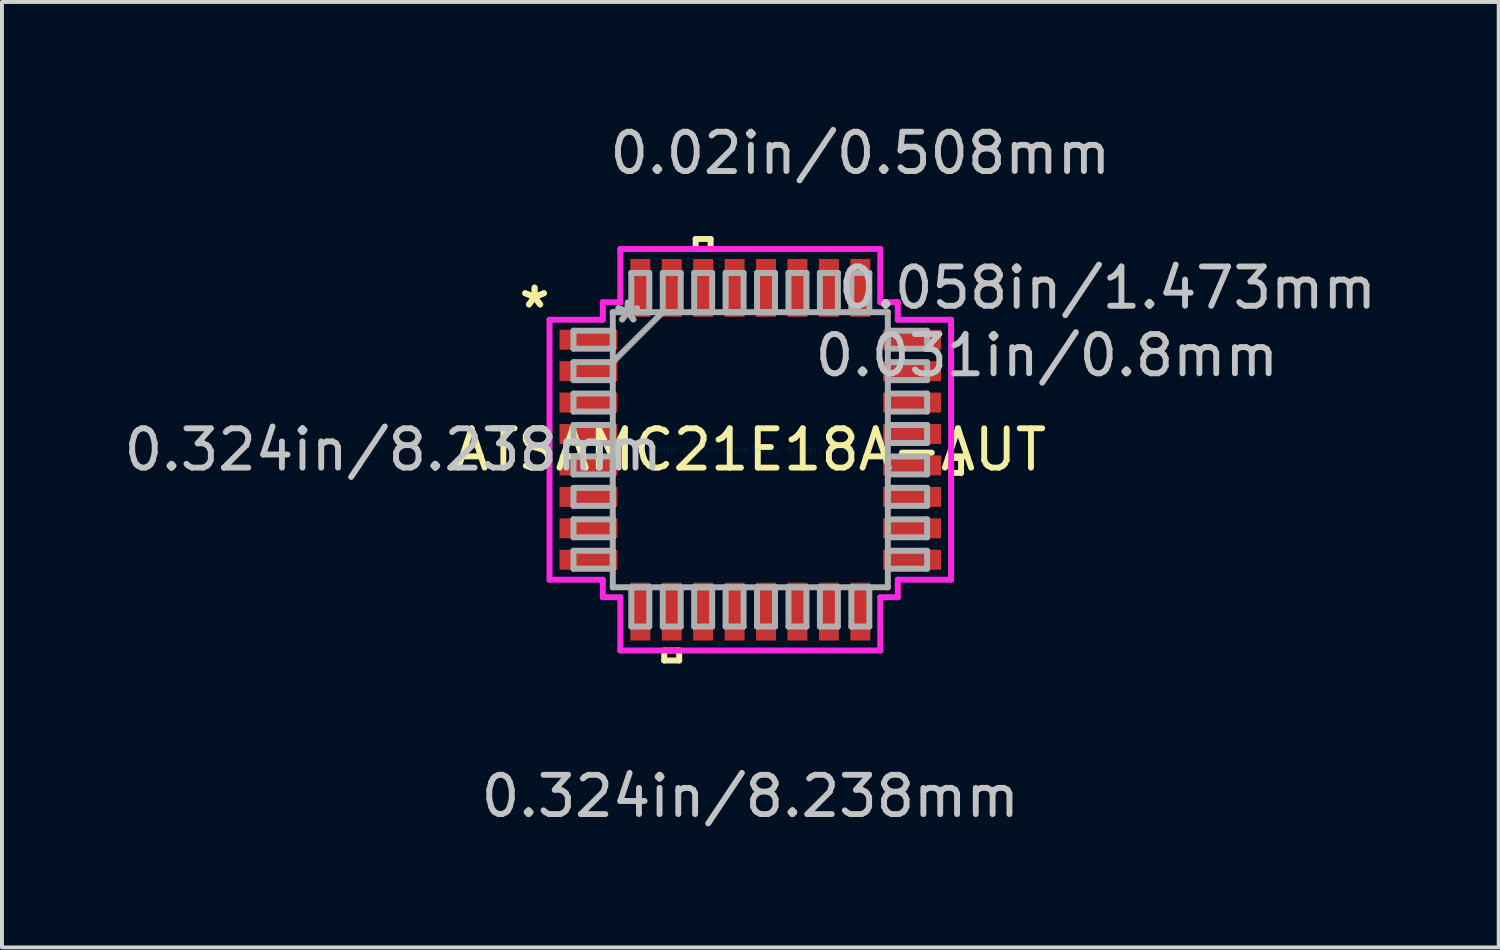
<source format=kicad_pcb>
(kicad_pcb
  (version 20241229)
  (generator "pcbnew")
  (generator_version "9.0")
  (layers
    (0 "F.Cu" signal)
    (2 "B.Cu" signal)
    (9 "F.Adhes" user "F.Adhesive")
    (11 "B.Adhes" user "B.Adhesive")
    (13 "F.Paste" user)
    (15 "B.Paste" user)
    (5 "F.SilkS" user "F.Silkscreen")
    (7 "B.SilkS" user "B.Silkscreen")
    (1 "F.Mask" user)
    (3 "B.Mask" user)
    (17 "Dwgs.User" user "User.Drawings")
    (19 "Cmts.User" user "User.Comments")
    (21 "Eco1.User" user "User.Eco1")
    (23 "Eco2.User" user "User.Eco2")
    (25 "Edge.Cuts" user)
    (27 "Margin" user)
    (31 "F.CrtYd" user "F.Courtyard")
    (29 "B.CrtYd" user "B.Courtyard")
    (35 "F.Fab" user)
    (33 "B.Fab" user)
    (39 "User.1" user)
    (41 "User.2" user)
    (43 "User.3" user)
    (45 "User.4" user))
  (footprint "ATSAMC21E18A-AUT"
    (layer "F.Cu")
    (at 16.046 8.396)
    (property "Reference" "ATSAMC21E18A-AUT" (at 0 0 0) (layer "F.SilkS") (effects (font (size 1 1) (thickness 0.15))))
    (attr through_hole)
    (fp_line (start -2.191 5.11) (end -2.191 5.364) (stroke (width 0.152) (type solid)) (layer "F.SilkS"))
    (fp_line (start -2.191 5.364) (end -1.81 5.364) (stroke (width 0.152) (type solid)) (layer "F.SilkS"))
    (fp_line (start -1.81 5.11) (end -2.191 5.11) (stroke (width 0.152) (type solid)) (layer "F.SilkS"))
    (fp_line (start -1.81 5.364) (end -1.81 5.11) (stroke (width 0.152) (type solid)) (layer "F.SilkS"))
    (fp_line (start -1.391 -5.364) (end -1.01 -5.364) (stroke (width 0.152) (type solid)) (layer "F.SilkS"))
    (fp_line (start -1.391 -5.11) (end -1.391 -5.364) (stroke (width 0.152) (type solid)) (layer "F.SilkS"))
    (fp_line (start -1.01 -5.364) (end -1.01 -5.11) (stroke (width 0.152) (type solid)) (layer "F.SilkS"))
    (fp_line (start -1.01 -5.11) (end -1.391 -5.11) (stroke (width 0.152) (type solid)) (layer "F.SilkS"))
    (fp_line (start 5.11 0.209) (end 5.364 0.209) (stroke (width 0.152) (type solid)) (layer "F.SilkS"))
    (fp_line (start 5.11 0.59) (end 5.11 0.209) (stroke (width 0.152) (type solid)) (layer "F.SilkS"))
    (fp_line (start 5.364 0.209) (end 5.364 0.59) (stroke (width 0.152) (type solid)) (layer "F.SilkS"))
    (fp_line (start 5.364 0.59) (end 5.11 0.59) (stroke (width 0.152) (type solid)) (layer "F.SilkS"))
    (fp_line (start -5.11 -3.308) (end -3.754 -3.308) (stroke (width 0.152) (type solid)) (layer "F.CrtYd"))
    (fp_line (start -5.11 3.308) (end -5.11 -3.308) (stroke (width 0.152) (type solid)) (layer "F.CrtYd"))
    (fp_line (start -3.754 -3.754) (end -3.308 -3.754) (stroke (width 0.152) (type solid)) (layer "F.CrtYd"))
    (fp_line (start -3.754 -3.308) (end -3.754 -3.754) (stroke (width 0.152) (type solid)) (layer "F.CrtYd"))
    (fp_line (start -3.754 3.308) (end -5.11 3.308) (stroke (width 0.152) (type solid)) (layer "F.CrtYd"))
    (fp_line (start -3.754 3.754) (end -3.754 3.308) (stroke (width 0.152) (type solid)) (layer "F.CrtYd"))
    (fp_line (start -3.308 -5.11) (end 3.308 -5.11) (stroke (width 0.152) (type solid)) (layer "F.CrtYd"))
    (fp_line (start -3.308 -3.754) (end -3.308 -5.11) (stroke (width 0.152) (type solid)) (layer "F.CrtYd"))
    (fp_line (start -3.308 3.754) (end -3.754 3.754) (stroke (width 0.152) (type solid)) (layer "F.CrtYd"))
    (fp_line (start -3.308 5.11) (end -3.308 3.754) (stroke (width 0.152) (type solid)) (layer "F.CrtYd"))
    (fp_line (start 3.308 -5.11) (end 3.308 -3.754) (stroke (width 0.152) (type solid)) (layer "F.CrtYd"))
    (fp_line (start 3.308 -3.754) (end 3.754 -3.754) (stroke (width 0.152) (type solid)) (layer "F.CrtYd"))
    (fp_line (start 3.308 3.754) (end 3.308 5.11) (stroke (width 0.152) (type solid)) (layer "F.CrtYd"))
    (fp_line (start 3.308 5.11) (end -3.308 5.11) (stroke (width 0.152) (type solid)) (layer "F.CrtYd"))
    (fp_line (start 3.754 -3.754) (end 3.754 -3.308) (stroke (width 0.152) (type solid)) (layer "F.CrtYd"))
    (fp_line (start 3.754 -3.308) (end 5.11 -3.308) (stroke (width 0.152) (type solid)) (layer "F.CrtYd"))
    (fp_line (start 3.754 3.308) (end 3.754 3.754) (stroke (width 0.152) (type solid)) (layer "F.CrtYd"))
    (fp_line (start 3.754 3.754) (end 3.308 3.754) (stroke (width 0.152) (type solid)) (layer "F.CrtYd"))
    (fp_line (start 5.11 -3.308) (end 5.11 3.308) (stroke (width 0.152) (type solid)) (layer "F.CrtYd"))
    (fp_line (start 5.11 3.308) (end 3.754 3.308) (stroke (width 0.152) (type solid)) (layer "F.CrtYd"))
    (fp_line (start -4.5 -3.029) (end -4.5 -2.571) (stroke (width 0.152) (type solid)) (layer "F.Fab"))
    (fp_line (start -4.5 -2.571) (end -3.5 -2.571) (stroke (width 0.152) (type solid)) (layer "F.Fab"))
    (fp_line (start -4.5 -2.229) (end -4.5 -1.771) (stroke (width 0.152) (type solid)) (layer "F.Fab"))
    (fp_line (start -4.5 -1.771) (end -3.5 -1.771) (stroke (width 0.152) (type solid)) (layer "F.Fab"))
    (fp_line (start -4.5 -1.429) (end -4.5 -0.971) (stroke (width 0.152) (type solid)) (layer "F.Fab"))
    (fp_line (start -4.5 -0.971) (end -3.5 -0.971) (stroke (width 0.152) (type solid)) (layer "F.Fab"))
    (fp_line (start -4.5 -0.629) (end -4.5 -0.171) (stroke (width 0.152) (type solid)) (layer "F.Fab"))
    (fp_line (start -4.5 -0.171) (end -3.5 -0.171) (stroke (width 0.152) (type solid)) (layer "F.Fab"))
    (fp_line (start -4.5 0.171) (end -4.5 0.629) (stroke (width 0.152) (type solid)) (layer "F.Fab"))
    (fp_line (start -4.5 0.629) (end -3.5 0.629) (stroke (width 0.152) (type solid)) (layer "F.Fab"))
    (fp_line (start -4.5 0.971) (end -4.5 1.429) (stroke (width 0.152) (type solid)) (layer "F.Fab"))
    (fp_line (start -4.5 1.429) (end -3.5 1.429) (stroke (width 0.152) (type solid)) (layer "F.Fab"))
    (fp_line (start -4.5 1.771) (end -4.5 2.229) (stroke (width 0.152) (type solid)) (layer "F.Fab"))
    (fp_line (start -4.5 2.229) (end -3.5 2.229) (stroke (width 0.152) (type solid)) (layer "F.Fab"))
    (fp_line (start -4.5 2.571) (end -4.5 3.029) (stroke (width 0.152) (type solid)) (layer "F.Fab"))
    (fp_line (start -4.5 3.029) (end -3.5 3.029) (stroke (width 0.152) (type solid)) (layer "F.Fab"))
    (fp_line (start -3.5 -3.5) (end -3.5 -3.5) (stroke (width 0.152) (type solid)) (layer "F.Fab"))
    (fp_line (start -3.5 -3.5) (end -3.5 3.5) (stroke (width 0.152) (type solid)) (layer "F.Fab"))
    (fp_line (start -3.5 3.5) (end -3.5 3.5) (stroke (width 0.152) (type solid)) (layer "F.Fab"))
    (fp_line (start -3.5 3.5) (end 3.5 3.5) (stroke (width 0.152) (type solid)) (layer "F.Fab"))
    (fp_line (start -3.5 -3.029) (end -4.5 -3.029) (stroke (width 0.152) (type solid)) (layer "F.Fab"))
    (fp_line (start -3.5 -2.571) (end -3.5 -3.029) (stroke (width 0.152) (type solid)) (layer "F.Fab"))
    (fp_line (start -3.5 -2.23) (end -2.23 -3.5) (stroke (width 0.152) (type solid)) (layer "F.Fab"))
    (fp_line (start -3.5 -2.229) (end -4.5 -2.229) (stroke (width 0.152) (type solid)) (layer "F.Fab"))
    (fp_line (start -3.5 -1.771) (end -3.5 -2.229) (stroke (width 0.152) (type solid)) (layer "F.Fab"))
    (fp_line (start -3.5 -1.429) (end -4.5 -1.429) (stroke (width 0.152) (type solid)) (layer "F.Fab"))
    (fp_line (start -3.5 -0.971) (end -3.5 -1.429) (stroke (width 0.152) (type solid)) (layer "F.Fab"))
    (fp_line (start -3.5 -0.629) (end -4.5 -0.629) (stroke (width 0.152) (type solid)) (layer "F.Fab"))
    (fp_line (start -3.5 -0.171) (end -3.5 -0.629) (stroke (width 0.152) (type solid)) (layer "F.Fab"))
    (fp_line (start -3.5 0.171) (end -4.5 0.171) (stroke (width 0.152) (type solid)) (layer "F.Fab"))
    (fp_line (start -3.5 0.629) (end -3.5 0.171) (stroke (width 0.152) (type solid)) (layer "F.Fab"))
    (fp_line (start -3.5 0.971) (end -4.5 0.971) (stroke (width 0.152) (type solid)) (layer "F.Fab"))
    (fp_line (start -3.5 1.429) (end -3.5 0.971) (stroke (width 0.152) (type solid)) (layer "F.Fab"))
    (fp_line (start -3.5 1.771) (end -4.5 1.771) (stroke (width 0.152) (type solid)) (layer "F.Fab"))
    (fp_line (start -3.5 2.229) (end -3.5 1.771) (stroke (width 0.152) (type solid)) (layer "F.Fab"))
    (fp_line (start -3.5 2.571) (end -4.5 2.571) (stroke (width 0.152) (type solid)) (layer "F.Fab"))
    (fp_line (start -3.5 3.029) (end -3.5 2.571) (stroke (width 0.152) (type solid)) (layer "F.Fab"))
    (fp_line (start -3.029 -4.5) (end -3.029 -3.5) (stroke (width 0.152) (type solid)) (layer "F.Fab"))
    (fp_line (start -3.029 -3.5) (end -2.571 -3.5) (stroke (width 0.152) (type solid)) (layer "F.Fab"))
    (fp_line (start -3.029 3.5) (end -3.029 4.5) (stroke (width 0.152) (type solid)) (layer "F.Fab"))
    (fp_line (start -3.029 4.5) (end -2.571 4.5) (stroke (width 0.152) (type solid)) (layer "F.Fab"))
    (fp_line (start -2.571 -4.5) (end -3.029 -4.5) (stroke (width 0.152) (type solid)) (layer "F.Fab"))
    (fp_line (start -2.571 -3.5) (end -2.571 -4.5) (stroke (width 0.152) (type solid)) (layer "F.Fab"))
    (fp_line (start -2.571 3.5) (end -3.029 3.5) (stroke (width 0.152) (type solid)) (layer "F.Fab"))
    (fp_line (start -2.571 4.5) (end -2.571 3.5) (stroke (width 0.152) (type solid)) (layer "F.Fab"))
    (fp_line (start -2.229 -4.5) (end -2.229 -3.5) (stroke (width 0.152) (type solid)) (layer "F.Fab"))
    (fp_line (start -2.229 -3.5) (end -1.771 -3.5) (stroke (width 0.152) (type solid)) (layer "F.Fab"))
    (fp_line (start -2.229 3.5) (end -2.229 4.5) (stroke (width 0.152) (type solid)) (layer "F.Fab"))
    (fp_line (start -2.229 4.5) (end -1.771 4.5) (stroke (width 0.152) (type solid)) (layer "F.Fab"))
    (fp_line (start -1.771 -4.5) (end -2.229 -4.5) (stroke (width 0.152) (type solid)) (layer "F.Fab"))
    (fp_line (start -1.771 -3.5) (end -1.771 -4.5) (stroke (width 0.152) (type solid)) (layer "F.Fab"))
    (fp_line (start -1.771 3.5) (end -2.229 3.5) (stroke (width 0.152) (type solid)) (layer "F.Fab"))
    (fp_line (start -1.771 4.5) (end -1.771 3.5) (stroke (width 0.152) (type solid)) (layer "F.Fab"))
    (fp_line (start -1.429 -4.5) (end -1.429 -3.5) (stroke (width 0.152) (type solid)) (layer "F.Fab"))
    (fp_line (start -1.429 -3.5) (end -0.971 -3.5) (stroke (width 0.152) (type solid)) (layer "F.Fab"))
    (fp_line (start -1.429 3.5) (end -1.429 4.5) (stroke (width 0.152) (type solid)) (layer "F.Fab"))
    (fp_line (start -1.429 4.5) (end -0.971 4.5) (stroke (width 0.152) (type solid)) (layer "F.Fab"))
    (fp_line (start -0.971 -4.5) (end -1.429 -4.5) (stroke (width 0.152) (type solid)) (layer "F.Fab"))
    (fp_line (start -0.971 -3.5) (end -0.971 -4.5) (stroke (width 0.152) (type solid)) (layer "F.Fab"))
    (fp_line (start -0.971 3.5) (end -1.429 3.5) (stroke (width 0.152) (type solid)) (layer "F.Fab"))
    (fp_line (start -0.971 4.5) (end -0.971 3.5) (stroke (width 0.152) (type solid)) (layer "F.Fab"))
    (fp_line (start -0.629 -4.5) (end -0.629 -3.5) (stroke (width 0.152) (type solid)) (layer "F.Fab"))
    (fp_line (start -0.629 -3.5) (end -0.171 -3.5) (stroke (width 0.152) (type solid)) (layer "F.Fab"))
    (fp_line (start -0.629 3.5) (end -0.629 4.5) (stroke (width 0.152) (type solid)) (layer "F.Fab"))
    (fp_line (start -0.629 4.5) (end -0.171 4.5) (stroke (width 0.152) (type solid)) (layer "F.Fab"))
    (fp_line (start -0.171 -4.5) (end -0.629 -4.5) (stroke (width 0.152) (type solid)) (layer "F.Fab"))
    (fp_line (start -0.171 -3.5) (end -0.171 -4.5) (stroke (width 0.152) (type solid)) (layer "F.Fab"))
    (fp_line (start -0.171 3.5) (end -0.629 3.5) (stroke (width 0.152) (type solid)) (layer "F.Fab"))
    (fp_line (start -0.171 4.5) (end -0.171 3.5) (stroke (width 0.152) (type solid)) (layer "F.Fab"))
    (fp_line (start 0.171 -4.5) (end 0.171 -3.5) (stroke (width 0.152) (type solid)) (layer "F.Fab"))
    (fp_line (start 0.171 -3.5) (end 0.629 -3.5) (stroke (width 0.152) (type solid)) (layer "F.Fab"))
    (fp_line (start 0.171 3.5) (end 0.171 4.5) (stroke (width 0.152) (type solid)) (layer "F.Fab"))
    (fp_line (start 0.171 4.5) (end 0.629 4.5) (stroke (width 0.152) (type solid)) (layer "F.Fab"))
    (fp_line (start 0.629 -4.5) (end 0.171 -4.5) (stroke (width 0.152) (type solid)) (layer "F.Fab"))
    (fp_line (start 0.629 -3.5) (end 0.629 -4.5) (stroke (width 0.152) (type solid)) (layer "F.Fab"))
    (fp_line (start 0.629 3.5) (end 0.171 3.5) (stroke (width 0.152) (type solid)) (layer "F.Fab"))
    (fp_line (start 0.629 4.5) (end 0.629 3.5) (stroke (width 0.152) (type solid)) (layer "F.Fab"))
    (fp_line (start 0.971 -4.5) (end 0.971 -3.5) (stroke (width 0.152) (type solid)) (layer "F.Fab"))
    (fp_line (start 0.971 -3.5) (end 1.429 -3.5) (stroke (width 0.152) (type solid)) (layer "F.Fab"))
    (fp_line (start 0.971 3.5) (end 0.971 4.5) (stroke (width 0.152) (type solid)) (layer "F.Fab"))
    (fp_line (start 0.971 4.5) (end 1.429 4.5) (stroke (width 0.152) (type solid)) (layer "F.Fab"))
    (fp_line (start 1.429 -4.5) (end 0.971 -4.5) (stroke (width 0.152) (type solid)) (layer "F.Fab"))
    (fp_line (start 1.429 -3.5) (end 1.429 -4.5) (stroke (width 0.152) (type solid)) (layer "F.Fab"))
    (fp_line (start 1.429 3.5) (end 0.971 3.5) (stroke (width 0.152) (type solid)) (layer "F.Fab"))
    (fp_line (start 1.429 4.5) (end 1.429 3.5) (stroke (width 0.152) (type solid)) (layer "F.Fab"))
    (fp_line (start 1.771 -4.5) (end 1.771 -3.5) (stroke (width 0.152) (type solid)) (layer "F.Fab"))
    (fp_line (start 1.771 -3.5) (end 2.229 -3.5) (stroke (width 0.152) (type solid)) (layer "F.Fab"))
    (fp_line (start 1.771 3.5) (end 1.771 4.5) (stroke (width 0.152) (type solid)) (layer "F.Fab"))
    (fp_line (start 1.771 4.5) (end 2.229 4.5) (stroke (width 0.152) (type solid)) (layer "F.Fab"))
    (fp_line (start 2.229 -4.5) (end 1.771 -4.5) (stroke (width 0.152) (type solid)) (layer "F.Fab"))
    (fp_line (start 2.229 -3.5) (end 2.229 -4.5) (stroke (width 0.152) (type solid)) (layer "F.Fab"))
    (fp_line (start 2.229 3.5) (end 1.771 3.5) (stroke (width 0.152) (type solid)) (layer "F.Fab"))
    (fp_line (start 2.229 4.5) (end 2.229 3.5) (stroke (width 0.152) (type solid)) (layer "F.Fab"))
    (fp_line (start 2.571 -4.5) (end 2.571 -3.5) (stroke (width 0.152) (type solid)) (layer "F.Fab"))
    (fp_line (start 2.571 -3.5) (end 3.029 -3.5) (stroke (width 0.152) (type solid)) (layer "F.Fab"))
    (fp_line (start 2.571 3.5) (end 2.571 4.5) (stroke (width 0.152) (type solid)) (layer "F.Fab"))
    (fp_line (start 2.571 4.5) (end 3.029 4.5) (stroke (width 0.152) (type solid)) (layer "F.Fab"))
    (fp_line (start 3.029 -4.5) (end 2.571 -4.5) (stroke (width 0.152) (type solid)) (layer "F.Fab"))
    (fp_line (start 3.029 -3.5) (end 3.029 -4.5) (stroke (width 0.152) (type solid)) (layer "F.Fab"))
    (fp_line (start 3.029 3.5) (end 2.571 3.5) (stroke (width 0.152) (type solid)) (layer "F.Fab"))
    (fp_line (start 3.029 4.5) (end 3.029 3.5) (stroke (width 0.152) (type solid)) (layer "F.Fab"))
    (fp_line (start 3.5 -3.029) (end 3.5 -2.571) (stroke (width 0.152) (type solid)) (layer "F.Fab"))
    (fp_line (start 3.5 -2.571) (end 4.5 -2.571) (stroke (width 0.152) (type solid)) (layer "F.Fab"))
    (fp_line (start 3.5 -2.229) (end 3.5 -1.771) (stroke (width 0.152) (type solid)) (layer "F.Fab"))
    (fp_line (start 3.5 -1.771) (end 4.5 -1.771) (stroke (width 0.152) (type solid)) (layer "F.Fab"))
    (fp_line (start 3.5 -1.429) (end 3.5 -0.971) (stroke (width 0.152) (type solid)) (layer "F.Fab"))
    (fp_line (start 3.5 -0.971) (end 4.5 -0.971) (stroke (width 0.152) (type solid)) (layer "F.Fab"))
    (fp_line (start 3.5 -0.629) (end 3.5 -0.171) (stroke (width 0.152) (type solid)) (layer "F.Fab"))
    (fp_line (start 3.5 -0.171) (end 4.5 -0.171) (stroke (width 0.152) (type solid)) (layer "F.Fab"))
    (fp_line (start 3.5 0.171) (end 3.5 0.629) (stroke (width 0.152) (type solid)) (layer "F.Fab"))
    (fp_line (start 3.5 0.629) (end 4.5 0.629) (stroke (width 0.152) (type solid)) (layer "F.Fab"))
    (fp_line (start 3.5 0.971) (end 3.5 1.429) (stroke (width 0.152) (type solid)) (layer "F.Fab"))
    (fp_line (start 3.5 1.429) (end 4.5 1.429) (stroke (width 0.152) (type solid)) (layer "F.Fab"))
    (fp_line (start 3.5 1.771) (end 3.5 2.229) (stroke (width 0.152) (type solid)) (layer "F.Fab"))
    (fp_line (start 3.5 2.229) (end 4.5 2.229) (stroke (width 0.152) (type solid)) (layer "F.Fab"))
    (fp_line (start 3.5 2.571) (end 3.5 3.029) (stroke (width 0.152) (type solid)) (layer "F.Fab"))
    (fp_line (start 3.5 3.029) (end 4.5 3.029) (stroke (width 0.152) (type solid)) (layer "F.Fab"))
    (fp_line (start 3.5 -3.5) (end -3.5 -3.5) (stroke (width 0.152) (type solid)) (layer "F.Fab"))
    (fp_line (start 3.5 -3.5) (end 3.5 -3.5) (stroke (width 0.152) (type solid)) (layer "F.Fab"))
    (fp_line (start 3.5 3.5) (end 3.5 -3.5) (stroke (width 0.152) (type solid)) (layer "F.Fab"))
    (fp_line (start 3.5 3.5) (end 3.5 3.5) (stroke (width 0.152) (type solid)) (layer "F.Fab"))
    (fp_line (start 4.5 -3.029) (end 3.5 -3.029) (stroke (width 0.152) (type solid)) (layer "F.Fab"))
    (fp_line (start 4.5 -2.571) (end 4.5 -3.029) (stroke (width 0.152) (type solid)) (layer "F.Fab"))
    (fp_line (start 4.5 -2.229) (end 3.5 -2.229) (stroke (width 0.152) (type solid)) (layer "F.Fab"))
    (fp_line (start 4.5 -1.771) (end 4.5 -2.229) (stroke (width 0.152) (type solid)) (layer "F.Fab"))
    (fp_line (start 4.5 -1.429) (end 3.5 -1.429) (stroke (width 0.152) (type solid)) (layer "F.Fab"))
    (fp_line (start 4.5 -0.971) (end 4.5 -1.429) (stroke (width 0.152) (type solid)) (layer "F.Fab"))
    (fp_line (start 4.5 -0.629) (end 3.5 -0.629) (stroke (width 0.152) (type solid)) (layer "F.Fab"))
    (fp_line (start 4.5 -0.171) (end 4.5 -0.629) (stroke (width 0.152) (type solid)) (layer "F.Fab"))
    (fp_line (start 4.5 0.171) (end 3.5 0.171) (stroke (width 0.152) (type solid)) (layer "F.Fab"))
    (fp_line (start 4.5 0.629) (end 4.5 0.171) (stroke (width 0.152) (type solid)) (layer "F.Fab"))
    (fp_line (start 4.5 0.971) (end 3.5 0.971) (stroke (width 0.152) (type solid)) (layer "F.Fab"))
    (fp_line (start 4.5 1.429) (end 4.5 0.971) (stroke (width 0.152) (type solid)) (layer "F.Fab"))
    (fp_line (start 4.5 1.771) (end 3.5 1.771) (stroke (width 0.152) (type solid)) (layer "F.Fab"))
    (fp_line (start 4.5 2.229) (end 4.5 1.771) (stroke (width 0.152) (type solid)) (layer "F.Fab"))
    (fp_line (start 4.5 2.571) (end 3.5 2.571) (stroke (width 0.152) (type solid)) (layer "F.Fab"))
    (fp_line (start 4.5 3.029) (end 4.5 2.571) (stroke (width 0.152) (type solid)) (layer "F.Fab"))
    (fp_text user "*" (at -5.491 -3.581 0) (layer "F.SilkS") (effects (font (size 1 1) (thickness 0.15))))
    (fp_text user "*" (at -5.491 -3.581 0) (layer "F.SilkS") (effects (font (size 1 1) (thickness 0.15))))
    (fp_text user "0.02in/0.508mm" (at 2.8 -7.548 0) (layer "Dwgs.User") (effects (font (size 1 1) (thickness 0.15))))
    (fp_text user "0.031in/0.8mm" (at 7.548 -2.4 0) (layer "Dwgs.User") (effects (font (size 1 1) (thickness 0.15))))
    (fp_text user "0.324in/8.238mm" (at 0 8.818 0) (layer "Dwgs.User") (effects (font (size 1 1) (thickness 0.15))))
    (fp_text user "0.058in/1.473mm" (at 9.088 -4.119 0) (layer "Dwgs.User") (effects (font (size 1 1) (thickness 0.15))))
    (fp_text user "0.324in/8.238mm" (at -9.088 0 0) (layer "Dwgs.User") (effects (font (size 1 1) (thickness 0.15))))
    (fp_text user "Copyright 2016 Accelerated Designs. All rights reserved." (at 0 0 0) (layer "Cmts.User") (effects (font (size 0.127 0.127) (thickness 0.002))))
    (fp_text user "*" (at -3.119 -3.2 0) (layer "F.Fab") (effects (font (size 1 1) (thickness 0.15))))
    (fp_text user "*" (at -3.119 -3.2 0) (layer "F.Fab") (effects (font (size 1 1) (thickness 0.15))))
    (pad "1" smd rect (at -4.119 -2.8 90) (size 0.508 1.473) (layers "F.Cu" "F.Mask" "F.Paste"))
    (pad "2" smd rect (at -4.119 -2 90) (size 0.508 1.473) (layers "F.Cu" "F.Mask" "F.Paste"))
    (pad "3" smd rect (at -4.119 -1.2 90) (size 0.508 1.473) (layers "F.Cu" "F.Mask" "F.Paste"))
    (pad "4" smd rect (at -4.119 -0.4 90) (size 0.508 1.473) (layers "F.Cu" "F.Mask" "F.Paste"))
    (pad "5" smd rect (at -4.119 0.4 90) (size 0.508 1.473) (layers "F.Cu" "F.Mask" "F.Paste"))
    (pad "6" smd rect (at -4.119 1.2 90) (size 0.508 1.473) (layers "F.Cu" "F.Mask" "F.Paste"))
    (pad "7" smd rect (at -4.119 2 90) (size 0.508 1.473) (layers "F.Cu" "F.Mask" "F.Paste"))
    (pad "8" smd rect (at -4.119 2.8 90) (size 0.508 1.473) (layers "F.Cu" "F.Mask" "F.Paste"))
    (pad "9" smd rect (at -2.8 4.119) (size 0.508 1.473) (layers "F.Cu" "F.Mask" "F.Paste"))
    (pad "10" smd rect (at -2 4.119) (size 0.508 1.473) (layers "F.Cu" "F.Mask" "F.Paste"))
    (pad "11" smd rect (at -1.2 4.119) (size 0.508 1.473) (layers "F.Cu" "F.Mask" "F.Paste"))
    (pad "12" smd rect (at -0.4 4.119) (size 0.508 1.473) (layers "F.Cu" "F.Mask" "F.Paste"))
    (pad "13" smd rect (at 0.4 4.119) (size 0.508 1.473) (layers "F.Cu" "F.Mask" "F.Paste"))
    (pad "14" smd rect (at 1.2 4.119) (size 0.508 1.473) (layers "F.Cu" "F.Mask" "F.Paste"))
    (pad "15" smd rect (at 2 4.119) (size 0.508 1.473) (layers "F.Cu" "F.Mask" "F.Paste"))
    (pad "16" smd rect (at 2.8 4.119) (size 0.508 1.473) (layers "F.Cu" "F.Mask" "F.Paste"))
    (pad "17" smd rect (at 4.119 2.8 90) (size 0.508 1.473) (layers "F.Cu" "F.Mask" "F.Paste"))
    (pad "18" smd rect (at 4.119 2 90) (size 0.508 1.473) (layers "F.Cu" "F.Mask" "F.Paste"))
    (pad "19" smd rect (at 4.119 1.2 90) (size 0.508 1.473) (layers "F.Cu" "F.Mask" "F.Paste"))
    (pad "20" smd rect (at 4.119 0.4 90) (size 0.508 1.473) (layers "F.Cu" "F.Mask" "F.Paste"))
    (pad "21" smd rect (at 4.119 -0.4 90) (size 0.508 1.473) (layers "F.Cu" "F.Mask" "F.Paste"))
    (pad "22" smd rect (at 4.119 -1.2 90) (size 0.508 1.473) (layers "F.Cu" "F.Mask" "F.Paste"))
    (pad "23" smd rect (at 4.119 -2 90) (size 0.508 1.473) (layers "F.Cu" "F.Mask" "F.Paste"))
    (pad "24" smd rect (at 4.119 -2.8 90) (size 0.508 1.473) (layers "F.Cu" "F.Mask" "F.Paste"))
    (pad "25" smd rect (at 2.8 -4.119) (size 0.508 1.473) (layers "F.Cu" "F.Mask" "F.Paste"))
    (pad "26" smd rect (at 2 -4.119) (size 0.508 1.473) (layers "F.Cu" "F.Mask" "F.Paste"))
    (pad "27" smd rect (at 1.2 -4.119) (size 0.508 1.473) (layers "F.Cu" "F.Mask" "F.Paste"))
    (pad "28" smd rect (at 0.4 -4.119) (size 0.508 1.473) (layers "F.Cu" "F.Mask" "F.Paste"))
    (pad "29" smd rect (at -0.4 -4.119) (size 0.508 1.473) (layers "F.Cu" "F.Mask" "F.Paste"))
    (pad "30" smd rect (at -1.2 -4.119) (size 0.508 1.473) (layers "F.Cu" "F.Mask" "F.Paste"))
    (pad "31" smd rect (at -2 -4.119) (size 0.508 1.473) (layers "F.Cu" "F.Mask" "F.Paste"))
    (pad "32" smd rect (at -2.8 -4.119) (size 0.508 1.473) (layers "F.Cu" "F.Mask" "F.Paste")))
  (gr_rect
    (start -3 -3)
    (end 35.093 21.062)
    (stroke (width 0.1) (type default))
    (fill no)
    (layer "Edge.Cuts")))
</source>
